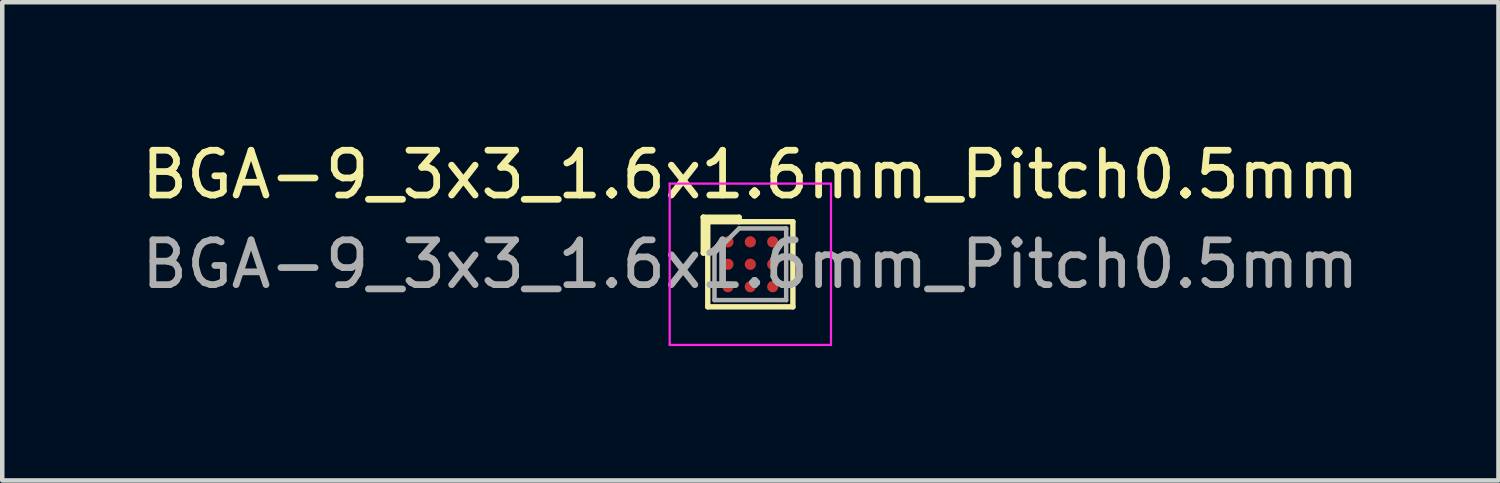
<source format=kicad_pcb>
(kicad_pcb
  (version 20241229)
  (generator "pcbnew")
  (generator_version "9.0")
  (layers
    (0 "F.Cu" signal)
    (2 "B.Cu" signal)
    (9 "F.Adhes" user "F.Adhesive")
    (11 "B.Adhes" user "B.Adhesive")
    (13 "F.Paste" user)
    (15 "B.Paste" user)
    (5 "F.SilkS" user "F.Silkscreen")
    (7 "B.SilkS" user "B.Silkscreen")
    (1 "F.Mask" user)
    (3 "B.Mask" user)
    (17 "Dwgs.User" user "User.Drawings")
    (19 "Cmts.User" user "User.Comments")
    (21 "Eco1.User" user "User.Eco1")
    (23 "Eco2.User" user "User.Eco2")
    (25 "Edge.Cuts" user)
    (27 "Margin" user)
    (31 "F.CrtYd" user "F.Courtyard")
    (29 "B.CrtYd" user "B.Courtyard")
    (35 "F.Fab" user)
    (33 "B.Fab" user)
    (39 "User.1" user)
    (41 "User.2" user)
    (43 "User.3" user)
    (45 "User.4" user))
  (footprint "BGA-9_3x3_1.6x1.6mm_Pitch0.5mm"
    (layer "F.Cu")
    (at 13.696 2.848)
    (property "Reference" "BGA-9_3x3_1.6x1.6mm_Pitch0.5mm" (at 0 -2 0) (layer "F.SilkS") (effects (font (size 1 1) (thickness 0.15))))
    (attr smd)
    (fp_line (start -1.05 -1.05) (end -1.05 -0.25) (stroke (width 0.12) (type solid)) (layer "F.SilkS"))
    (fp_line (start -1.05 -1.05) (end -0.25 -1.05) (stroke (width 0.12) (type solid)) (layer "F.SilkS"))
    (fp_line (start -1.05 -0.25) (end -0.95 -0.25) (stroke (width 0.12) (type solid)) (layer "F.SilkS"))
    (fp_line (start -0.95 -0.95) (end -1.05 -1.05) (stroke (width 0.12) (type solid)) (layer "F.SilkS"))
    (fp_line (start -0.95 -0.95) (end -0.95 0.95) (stroke (width 0.12) (type solid)) (layer "F.SilkS"))
    (fp_line (start -0.95 0.95) (end 0.95 0.95) (stroke (width 0.12) (type solid)) (layer "F.SilkS"))
    (fp_line (start -0.25 -0.95) (end -0.25 -1.05) (stroke (width 0.12) (type solid)) (layer "F.SilkS"))
    (fp_line (start 0.95 -0.95) (end -0.95 -0.95) (stroke (width 0.12) (type solid)) (layer "F.SilkS"))
    (fp_line (start 0.95 0.95) (end 0.95 -0.95) (stroke (width 0.12) (type solid)) (layer "F.SilkS"))
    (fp_line (start -1.8 -1.8) (end -1.8 1.8) (stroke (width 0.05) (type solid)) (layer "F.CrtYd"))
    (fp_line (start -1.8 -1.8) (end 1.8 -1.8) (stroke (width 0.05) (type solid)) (layer "F.CrtYd"))
    (fp_line (start 1.8 1.8) (end -1.8 1.8) (stroke (width 0.05) (type solid)) (layer "F.CrtYd"))
    (fp_line (start 1.8 1.8) (end 1.8 -1.8) (stroke (width 0.05) (type solid)) (layer "F.CrtYd"))
    (fp_line (start -0.8 -0.25) (end -0.25 -0.8) (stroke (width 0.1) (type solid)) (layer "F.Fab"))
    (fp_line (start -0.8 0.8) (end -0.8 -0.25) (stroke (width 0.1) (type solid)) (layer "F.Fab"))
    (fp_line (start -0.25 -0.8) (end 0.8 -0.8) (stroke (width 0.1) (type solid)) (layer "F.Fab"))
    (fp_line (start 0.8 -0.8) (end 0.8 0.8) (stroke (width 0.1) (type solid)) (layer "F.Fab"))
    (fp_line (start 0.8 0.8) (end -0.8 0.8) (stroke (width 0.1) (type solid)) (layer "F.Fab"))
    (fp_text user "${REFERENCE}" (at 0 0 0) (layer "F.Fab") (effects (font (size 1 1) (thickness 0.15))))
    (pad "A1" smd circle (at -0.5 -0.5) (size 0.25 0.25) (layers "F.Cu" "F.Mask" "F.Paste"))
    (pad "A2" smd circle (at 0 -0.5) (size 0.25 0.25) (layers "F.Cu" "F.Mask" "F.Paste"))
    (pad "A3" smd circle (at 0.5 -0.5) (size 0.25 0.25) (layers "F.Cu" "F.Mask" "F.Paste"))
    (pad "B1" smd circle (at -0.5 0) (size 0.25 0.25) (layers "F.Cu" "F.Mask" "F.Paste"))
    (pad "B2" smd circle (at 0 0) (size 0.25 0.25) (layers "F.Cu" "F.Mask" "F.Paste"))
    (pad "B3" smd circle (at 0.5 0) (size 0.25 0.25) (layers "F.Cu" "F.Mask" "F.Paste"))
    (pad "C1" smd circle (at -0.5 0.5) (size 0.25 0.25) (layers "F.Cu" "F.Mask" "F.Paste"))
    (pad "C2" smd circle (at 0 0.5) (size 0.25 0.25) (layers "F.Cu" "F.Mask" "F.Paste"))
    (pad "C3" smd circle (at 0.5 0.5) (size 0.25 0.25) (layers "F.Cu" "F.Mask" "F.Paste")))
  (gr_rect
    (start -3 -3)
    (end 30.393 7.673)
    (stroke (width 0.1) (type default))
    (fill no)
    (layer "Edge.Cuts")))
</source>
